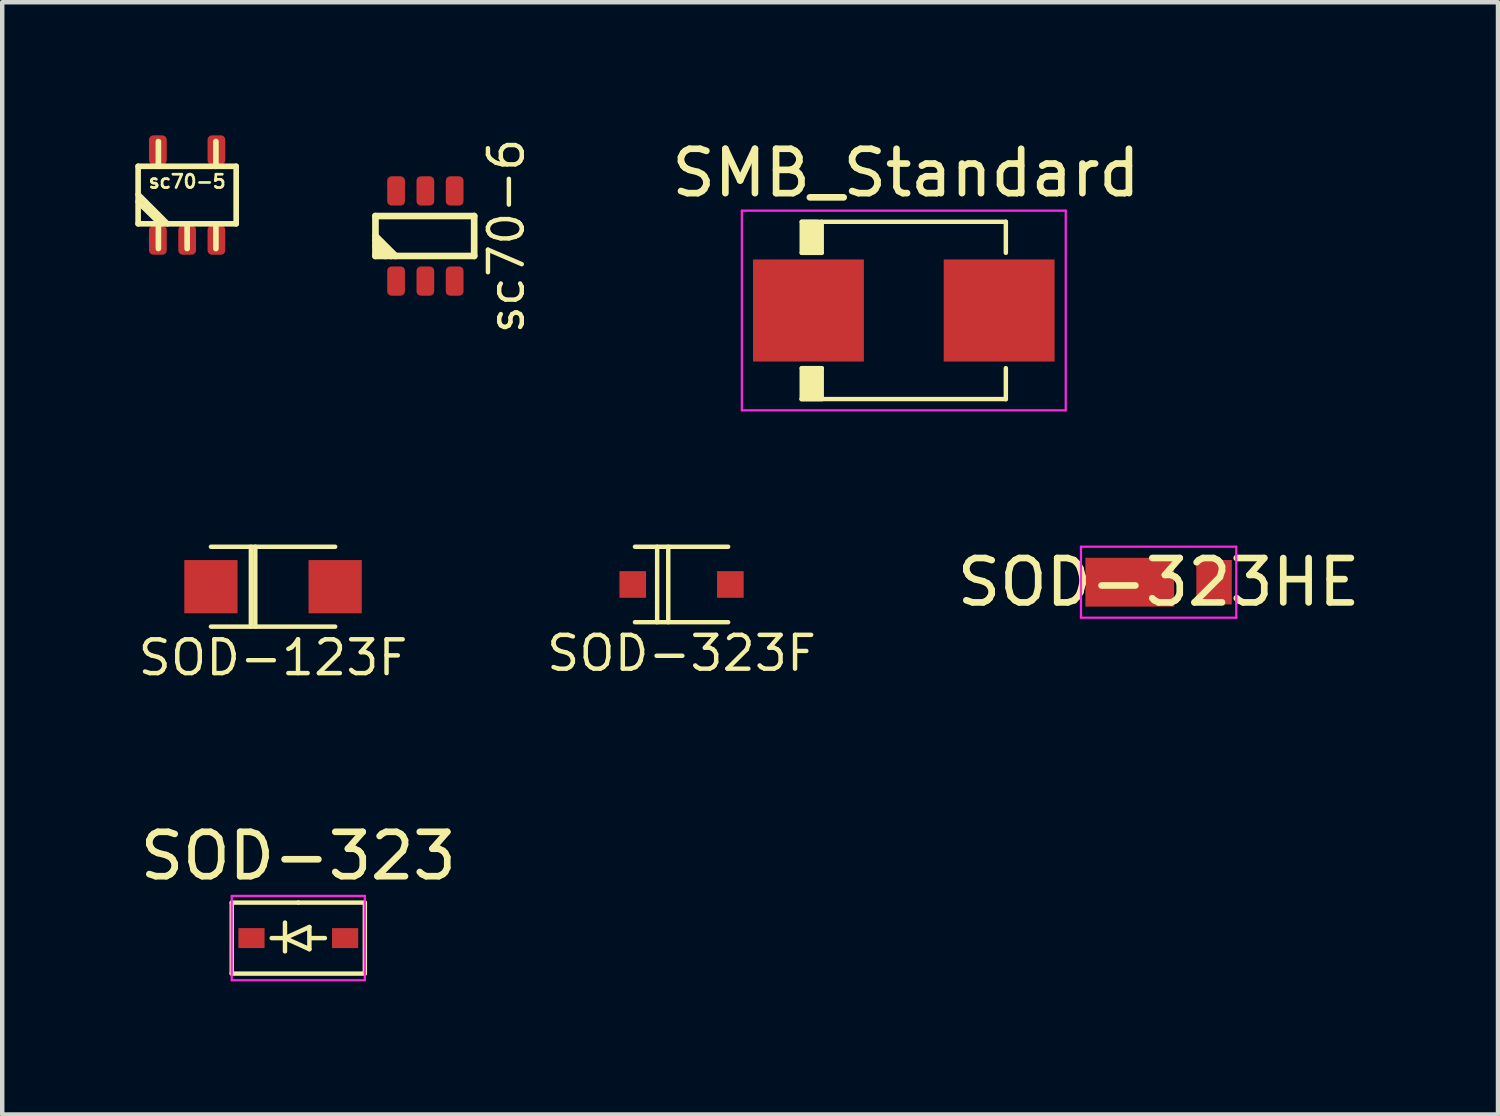
<source format=kicad_pcb>
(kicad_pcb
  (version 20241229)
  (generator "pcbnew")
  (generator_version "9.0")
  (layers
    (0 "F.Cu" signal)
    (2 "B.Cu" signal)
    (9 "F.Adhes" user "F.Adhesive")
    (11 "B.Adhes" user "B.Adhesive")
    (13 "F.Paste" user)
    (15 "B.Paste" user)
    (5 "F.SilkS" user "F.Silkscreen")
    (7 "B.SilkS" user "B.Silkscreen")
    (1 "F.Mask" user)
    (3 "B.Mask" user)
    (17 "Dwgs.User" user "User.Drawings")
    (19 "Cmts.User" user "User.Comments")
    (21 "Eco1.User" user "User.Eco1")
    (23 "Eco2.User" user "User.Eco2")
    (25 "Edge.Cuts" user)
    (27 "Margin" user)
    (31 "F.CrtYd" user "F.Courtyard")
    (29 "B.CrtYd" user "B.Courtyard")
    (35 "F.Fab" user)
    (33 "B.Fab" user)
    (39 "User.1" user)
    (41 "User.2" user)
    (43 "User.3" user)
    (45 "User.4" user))
  (footprint "SOD-323HE"
    (layer "F.Cu")
    (at 23.663 10.072)
    (property "Reference" "SOD-323HE" (at -0.6 0 0) (layer "F.SilkS") (effects (font (size 1 1) (thickness 0.15))))
    (attr through_hole)
    (fp_line (start -2.35 -0.8) (end 1.15 -0.8) (stroke (width 0.05) (type solid)) (layer "F.CrtYd"))
    (fp_line (start -2.35 0.8) (end -2.35 -0.8) (stroke (width 0.05) (type solid)) (layer "F.CrtYd"))
    (fp_line (start 1.15 -0.8) (end 1.15 0.8) (stroke (width 0.05) (type solid)) (layer "F.CrtYd"))
    (fp_line (start 1.15 0.8) (end -2.35 0.8) (stroke (width 0.05) (type solid)) (layer "F.CrtYd"))
    (pad "1" smd rect (at 0.65 0) (size 0.8 1) (layers "F.Cu" "F.Mask" "F.Paste"))
    (pad "2" smd rect (at -1.25 0) (size 2 1.1) (layers "F.Cu" "F.Mask" "F.Paste")))
  (footprint "SOD-323"
    (layer "F.Cu")
    (at 3.673 18.093)
    (property "Reference" "SOD-323" (at 0 -1.85 0) (layer "F.SilkS") (effects (font (size 1 1) (thickness 0.15))))
    (attr smd)
    (fp_line (start -1.5 -0.8) (end 0 -0.8) (stroke (width 0.1) (type solid)) (layer "F.SilkS"))
    (fp_line (start -1.5 0.8) (end -1.5 -0.8) (stroke (width 0.1) (type solid)) (layer "F.SilkS"))
    (fp_line (start -0.6 0) (end -0.3 0) (stroke (width 0.1) (type solid)) (layer "F.SilkS"))
    (fp_line (start -0.3 -0.35) (end -0.3 0.3) (stroke (width 0.1) (type solid)) (layer "F.SilkS"))
    (fp_line (start -0.3 0) (end 0.25 -0.25) (stroke (width 0.1) (type solid)) (layer "F.SilkS"))
    (fp_line (start 0 -0.8) (end 1.5 -0.8) (stroke (width 0.1) (type solid)) (layer "F.SilkS"))
    (fp_line (start 0.25 -0.25) (end 0.25 0.25) (stroke (width 0.1) (type solid)) (layer "F.SilkS"))
    (fp_line (start 0.25 0.25) (end -0.3 0) (stroke (width 0.1) (type solid)) (layer "F.SilkS"))
    (fp_line (start 0.6 0) (end 0.3 0) (stroke (width 0.1) (type solid)) (layer "F.SilkS"))
    (fp_line (start 1.5 -0.8) (end 1.5 0.8) (stroke (width 0.1) (type solid)) (layer "F.SilkS"))
    (fp_line (start 1.5 0.8) (end -1.5 0.8) (stroke (width 0.1) (type solid)) (layer "F.SilkS"))
    (fp_line (start -1.5 -0.95) (end -1.5 0.95) (stroke (width 0.05) (type solid)) (layer "F.CrtYd"))
    (fp_line (start -1.5 -0.95) (end 1.5 -0.95) (stroke (width 0.05) (type solid)) (layer "F.CrtYd"))
    (fp_line (start -1.5 0.95) (end 1.5 0.95) (stroke (width 0.05) (type solid)) (layer "F.CrtYd"))
    (fp_line (start 1.5 -0.95) (end 1.5 0.95) (stroke (width 0.05) (type solid)) (layer "F.CrtYd"))
    (pad "1" smd rect (at -1.055 0) (size 0.59 0.45) (layers "F.Cu" "F.Mask" "F.Paste"))
    (pad "2" smd rect (at 1.055 0) (size 0.59 0.45) (layers "F.Cu" "F.Mask" "F.Paste")))
  (footprint "sc70-5"
    (layer "F.Cu")
    (at 1.168 1.346)
    (property "Reference" "sc70-5" (at 0 -0.305 0) (layer "F.SilkS") (effects (font (size 0.3 0.3) (thickness 0.061))))
    (attr through_hole)
    (fp_line (start -1.105 -0.648) (end 1.105 -0.648) (stroke (width 0.127) (type solid)) (layer "F.SilkS"))
    (fp_line (start -1.105 0.648) (end -1.105 -0.648) (stroke (width 0.127) (type solid)) (layer "F.SilkS"))
    (fp_line (start -0.648 -0.648) (end -0.648 -1.206) (stroke (width 0.127) (type solid)) (layer "F.SilkS"))
    (fp_line (start -0.648 0.648) (end -0.648 1.206) (stroke (width 0.127) (type solid)) (layer "F.SilkS"))
    (fp_line (start -0.597 0.648) (end -1.105 0.152) (stroke (width 0.127) (type solid)) (layer "F.SilkS"))
    (fp_line (start -0.445 0.648) (end -1.105 -0.013) (stroke (width 0.127) (type solid)) (layer "F.SilkS"))
    (fp_line (start 0 0.648) (end 0 1.206) (stroke (width 0.127) (type solid)) (layer "F.SilkS"))
    (fp_line (start 0.648 -0.648) (end 0.648 -1.206) (stroke (width 0.127) (type solid)) (layer "F.SilkS"))
    (fp_line (start 0.648 0.648) (end 0.648 1.206) (stroke (width 0.127) (type solid)) (layer "F.SilkS"))
    (fp_line (start 1.105 -0.648) (end 1.105 0.648) (stroke (width 0.127) (type solid)) (layer "F.SilkS"))
    (fp_line (start 1.105 0.648) (end -1.105 0.648) (stroke (width 0.127) (type solid)) (layer "F.SilkS"))
    (pad "1" smd roundrect (at -0.66 1.016) (size 0.4 0.66) (layers "F.Cu" "F.Mask" "F.Paste") (roundrect_rratio 0.25))
    (pad "2" smd roundrect (at 0 1.016) (size 0.4 0.66) (layers "F.Cu" "F.Mask" "F.Paste") (roundrect_rratio 0.25))
    (pad "3" smd roundrect (at 0.66 1.016) (size 0.4 0.66) (layers "F.Cu" "F.Mask" "F.Paste") (roundrect_rratio 0.25))
    (pad "4" smd roundrect (at 0.66 -1.016) (size 0.4 0.66) (layers "F.Cu" "F.Mask" "F.Paste") (roundrect_rratio 0.25))
    (pad "5" smd roundrect (at -0.66 -1.016) (size 0.4 0.66) (layers "F.Cu" "F.Mask" "F.Paste") (roundrect_rratio 0.25)))
  (footprint "sc70-6"
    (layer "F.Cu")
    (at 6.537 2.269)
    (property "Reference" "sc70-6" (at 1.825 0 90) (layer "F.SilkS") (effects (font (size 0.762 0.762) (thickness 0.1))))
    (attr smd)
    (fp_line (start -1.125 -0.45) (end -1.125 0.45) (stroke (width 0.15) (type solid)) (layer "F.SilkS"))
    (fp_line (start -1.125 -0.45) (end 1.1 -0.45) (stroke (width 0.15) (type solid)) (layer "F.SilkS"))
    (fp_line (start -1.125 0) (end -0.675 0.45) (stroke (width 0.15) (type solid)) (layer "F.SilkS"))
    (fp_line (start -1.125 0.1) (end -0.775 0.45) (stroke (width 0.15) (type solid)) (layer "F.SilkS"))
    (fp_line (start -1.125 0.225) (end -0.9 0.45) (stroke (width 0.15) (type solid)) (layer "F.SilkS"))
    (fp_line (start 1.1 -0.45) (end 1.1 0.45) (stroke (width 0.15) (type solid)) (layer "F.SilkS"))
    (fp_line (start 1.1 0.45) (end -1.125 0.45) (stroke (width 0.15) (type solid)) (layer "F.SilkS"))
    (pad "1" smd roundrect (at -0.66 1.016) (size 0.4 0.66) (layers "F.Cu" "F.Mask" "F.Paste") (roundrect_rratio 0.25))
    (pad "2" smd roundrect (at 0 1.016) (size 0.4 0.66) (layers "F.Cu" "F.Mask" "F.Paste") (roundrect_rratio 0.25))
    (pad "3" smd roundrect (at 0.66 1.016) (size 0.4 0.66) (layers "F.Cu" "F.Mask" "F.Paste") (roundrect_rratio 0.25))
    (pad "4" smd roundrect (at 0.66 -1.016) (size 0.4 0.66) (layers "F.Cu" "F.Mask" "F.Paste") (roundrect_rratio 0.25))
    (pad "5" smd roundrect (at 0 -1.016) (size 0.4 0.66) (layers "F.Cu" "F.Mask" "F.Paste") (roundrect_rratio 0.25))
    (pad "6" smd roundrect (at -0.66 -1.016) (size 0.4 0.66) (layers "F.Cu" "F.Mask" "F.Paste") (roundrect_rratio 0.25)))
  (footprint "SOD-123F"
    (layer "F.Cu")
    (at 3.104 10.173)
    (property "Reference" "SOD-123F" (at 0 1.6 0) (layer "F.SilkS") (effects (font (size 0.762 0.762) (thickness 0.1))))
    (attr through_hole)
    (fp_line (start -1.4 -0.9) (end 1.4 -0.9) (stroke (width 0.1) (type solid)) (layer "F.SilkS"))
    (fp_line (start -1.4 0.9) (end 1.4 0.9) (stroke (width 0.1) (type solid)) (layer "F.SilkS"))
    (fp_line (start -0.5 -0.9) (end -0.5 0.9) (stroke (width 0.1) (type solid)) (layer "F.SilkS"))
    (fp_line (start -0.4 0.9) (end -0.4 -0.9) (stroke (width 0.1) (type solid)) (layer "F.SilkS"))
    (pad "1" smd rect (at 1.4 0) (size 1.2 1.2) (layers "F.Cu" "F.Mask" "F.Paste"))
    (pad "2" smd rect (at -1.4 0) (size 1.2 1.2) (layers "F.Cu" "F.Mask" "F.Paste")))
  (footprint "SMB_Standard"
    (layer "F.Cu")
    (at 17.32 3.948)
    (property "Reference" "SMB_Standard" (at 0.05 -3.1 0) (layer "F.SilkS") (effects (font (size 1 1) (thickness 0.15))))
    (attr smd)
    (fp_line (start -2.306 1.996) (end 2.296 1.996) (stroke (width 0.1) (type solid)) (layer "F.SilkS"))
    (fp_line (start -2.301 -1.999) (end 2.301 -1.999) (stroke (width 0.1) (type solid)) (layer "F.SilkS"))
    (fp_line (start -2.3 -2) (end -2.3 -1.3) (stroke (width 0.1) (type solid)) (layer "F.SilkS"))
    (fp_line (start -2.3 1.3) (end -1.85 1.3) (stroke (width 0.1) (type solid)) (layer "F.SilkS"))
    (fp_line (start -2.3 2) (end -2.3 1.3) (stroke (width 0.1) (type solid)) (layer "F.SilkS"))
    (fp_line (start -2.25 -2) (end -2.25 -1.3) (stroke (width 0.1) (type solid)) (layer "F.SilkS"))
    (fp_line (start -2.25 1.3) (end -2.25 2) (stroke (width 0.1) (type solid)) (layer "F.SilkS"))
    (fp_line (start -2.2 -2) (end -2.2 -1.3) (stroke (width 0.1) (type solid)) (layer "F.SilkS"))
    (fp_line (start -2.2 1.3) (end -2.2 2) (stroke (width 0.1) (type solid)) (layer "F.SilkS"))
    (fp_line (start -2.15 -2) (end -2.15 -1.3) (stroke (width 0.1) (type solid)) (layer "F.SilkS"))
    (fp_line (start -2.15 1.3) (end -2.15 2) (stroke (width 0.1) (type solid)) (layer "F.SilkS"))
    (fp_line (start -2.1 -2) (end -2.1 -1.3) (stroke (width 0.1) (type solid)) (layer "F.SilkS"))
    (fp_line (start -2.1 1.3) (end -2.1 2) (stroke (width 0.1) (type solid)) (layer "F.SilkS"))
    (fp_line (start -2.05 -2) (end -2.05 -1.3) (stroke (width 0.1) (type solid)) (layer "F.SilkS"))
    (fp_line (start -2.05 1.3) (end -2.05 2) (stroke (width 0.1) (type solid)) (layer "F.SilkS"))
    (fp_line (start -2 -2) (end -2 -1.3) (stroke (width 0.1) (type solid)) (layer "F.SilkS"))
    (fp_line (start -2 1.3) (end -2 2) (stroke (width 0.1) (type solid)) (layer "F.SilkS"))
    (fp_line (start -1.95 -2) (end -1.95 -1.3) (stroke (width 0.1) (type solid)) (layer "F.SilkS"))
    (fp_line (start -1.95 1.3) (end -1.95 2) (stroke (width 0.1) (type solid)) (layer "F.SilkS"))
    (fp_line (start -1.9 -1.95) (end -1.9 -1.3) (stroke (width 0.1) (type solid)) (layer "F.SilkS"))
    (fp_line (start -1.9 1.3) (end -1.9 2) (stroke (width 0.1) (type solid)) (layer "F.SilkS"))
    (fp_line (start -1.85 -2) (end -1.85 -1.3) (stroke (width 0.1) (type solid)) (layer "F.SilkS"))
    (fp_line (start -1.85 -1.3) (end -2.3 -1.3) (stroke (width 0.1) (type solid)) (layer "F.SilkS"))
    (fp_line (start -1.85 1.3) (end -1.85 2) (stroke (width 0.1) (type solid)) (layer "F.SilkS"))
    (fp_line (start 2.3 -2) (end 2.3 -1.3) (stroke (width 0.1) (type solid)) (layer "F.SilkS"))
    (fp_line (start 2.3 2) (end 2.3 1.3) (stroke (width 0.1) (type solid)) (layer "F.SilkS"))
    (fp_line (start -3.65 -2.25) (end 3.65 -2.25) (stroke (width 0.05) (type solid)) (layer "F.CrtYd"))
    (fp_line (start -3.65 2.25) (end -3.65 -2.25) (stroke (width 0.05) (type solid)) (layer "F.CrtYd"))
    (fp_line (start 3.65 -2.25) (end 3.65 2.25) (stroke (width 0.05) (type solid)) (layer "F.CrtYd"))
    (fp_line (start 3.65 2.25) (end -3.65 2.25) (stroke (width 0.05) (type solid)) (layer "F.CrtYd"))
    (pad "1" smd rect (at -2.149 0) (size 2.499 2.301) (layers "F.Cu" "F.Mask" "F.Paste"))
    (pad "2" smd rect (at 2.149 0) (size 2.499 2.301) (layers "F.Cu" "F.Mask" "F.Paste")))
  (footprint "SOD-323F"
    (layer "F.Cu")
    (at 12.311 10.123)
    (property "Reference" "SOD-323F" (at 0 1.55 180) (layer "F.SilkS") (effects (font (size 0.762 0.762) (thickness 0.1))))
    (attr through_hole)
    (fp_line (start -1.05 -0.85) (end 1.05 -0.85) (stroke (width 0.1) (type solid)) (layer "F.SilkS"))
    (fp_line (start -1.05 0.85) (end 1.05 0.85) (stroke (width 0.1) (type solid)) (layer "F.SilkS"))
    (fp_line (start -0.55 -0.85) (end -0.55 0.85) (stroke (width 0.1) (type solid)) (layer "F.SilkS"))
    (fp_line (start -0.3 -0.85) (end -0.3 0.85) (stroke (width 0.1) (type solid)) (layer "F.SilkS"))
    (pad "1" smd rect (at 1.1 0) (size 0.6 0.6) (layers "F.Cu" "F.Mask" "F.Paste"))
    (pad "2" smd rect (at -1.1 0) (size 0.6 0.6) (layers "F.Cu" "F.Mask" "F.Paste")))
  (gr_rect
    (start -3 -3)
    (end 30.712 22.068)
    (stroke (width 0.1) (type default))
    (fill no)
    (layer "Edge.Cuts")))
</source>
